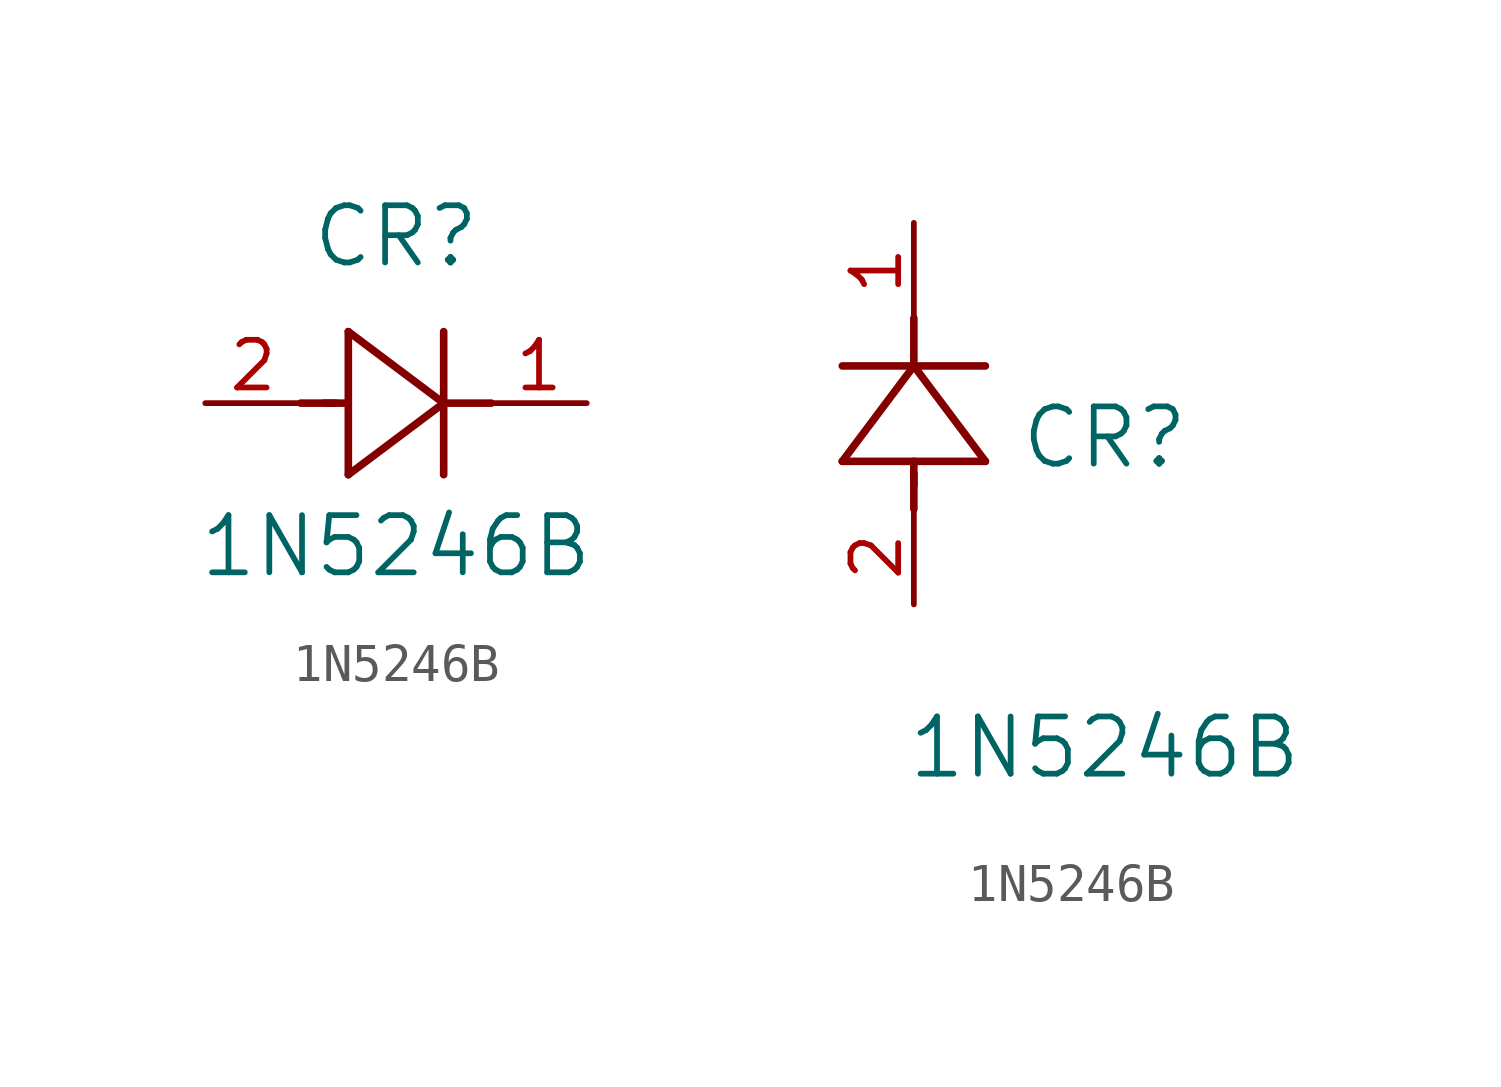
<source format=kicad_sym>
(kicad_symbol_lib
  (version 20211014)
  (generator kicad_symbol_editor)
  (symbol "1N5246B"
    (pin_names
      (offset 0.254))
    (property "Reference" "CR"
      (at 5.08 4.445 0)
      (effects (font (size 1.524 1.524))))
    (property "Value" "1N5246B"
      (at 5.08 -3.81 0)
      (effects (font (size 1.524 1.524))))
    (symbol "1N5246B_1_1"
      (polyline (pts (xy 2.54 0) (xy 3.48 0)) (stroke (width 0.203) (type default) (color 0 0 0 0)) (fill (type none)))
      (polyline (pts (xy 3.81 1.905) (xy 3.81 -1.905)) (stroke (width 0.203) (type default) (color 0 0 0 0)) (fill (type none)))
      (polyline (pts (xy 3.175 0) (xy 3.81 0)) (stroke (width 0.203) (type default) (color 0 0 0 0)) (fill (type none)))
      (polyline (pts (xy 6.35 -1.905) (xy 6.35 1.905)) (stroke (width 0.203) (type default) (color 0 0 0 0)) (fill (type none)))
      (polyline (pts (xy 6.35 0) (xy 7.62 0)) (stroke (width 0.203) (type default) (color 0 0 0 0)) (fill (type none)))
      (polyline (pts (xy 6.35 0) (xy 3.81 1.905)) (stroke (width 0.203) (type default) (color 0 0 0 0)) (fill (type none)))
      (polyline (pts (xy 3.81 -1.905) (xy 6.35 0)) (stroke (width 0.203) (type default) (color 0 0 0 0)) (fill (type none)))
      (pin unspecified line (at 10.16 0 180) (length 2.54) (name "" (effects (font (size 1.27 1.27)))) (number "1" (effects (font (size 1.27 1.27)))))
      (pin unspecified line (at 0 0 0) (length 2.54) (name "" (effects (font (size 1.27 1.27)))) (number "2" (effects (font (size 1.27 1.27))))))
    (symbol "1N5246B_1_2"
      (polyline (pts (xy 0 2.54) (xy 0 3.48)) (stroke (width 0.203) (type default) (color 0 0 0 0)) (fill (type none)))
      (polyline (pts (xy -1.905 3.81) (xy 1.905 3.81)) (stroke (width 0.203) (type default) (color 0 0 0 0)) (fill (type none)))
      (polyline (pts (xy 0 3.175) (xy 0 3.81)) (stroke (width 0.203) (type default) (color 0 0 0 0)) (fill (type none)))
      (polyline (pts (xy 1.905 6.35) (xy -1.905 6.35)) (stroke (width 0.203) (type default) (color 0 0 0 0)) (fill (type none)))
      (polyline (pts (xy 0 6.35) (xy 0 7.62)) (stroke (width 0.203) (type default) (color 0 0 0 0)) (fill (type none)))
      (polyline (pts (xy 0 6.35) (xy -1.905 3.81)) (stroke (width 0.203) (type default) (color 0 0 0 0)) (fill (type none)))
      (polyline (pts (xy 1.905 3.81) (xy 0 6.35)) (stroke (width 0.203) (type default) (color 0 0 0 0)) (fill (type none)))
      (pin unspecified line (at 0 10.16 270) (length 2.54) (name "" (effects (font (size 1.27 1.27)))) (number "1" (effects (font (size 1.27 1.27)))))
      (pin unspecified line (at 0 0 90) (length 2.54) (name "" (effects (font (size 1.27 1.27)))) (number "2" (effects (font (size 1.27 1.27))))))))
</source>
